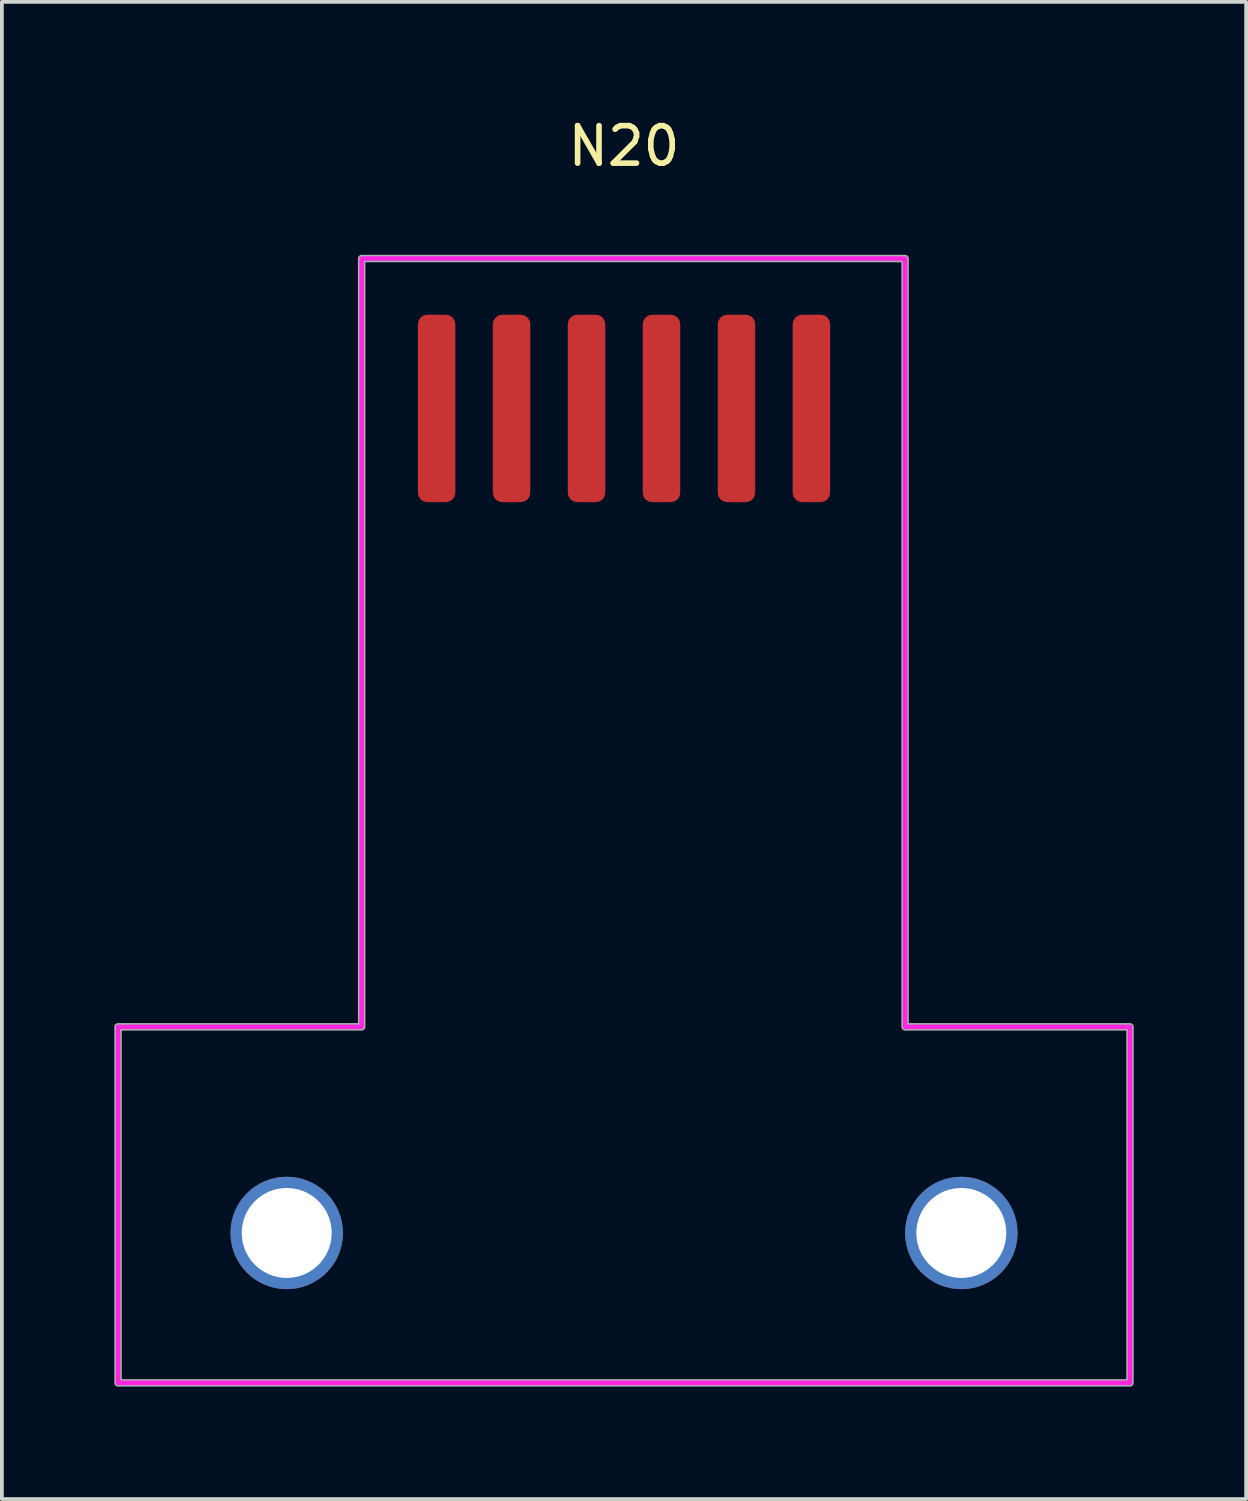
<source format=kicad_pcb>
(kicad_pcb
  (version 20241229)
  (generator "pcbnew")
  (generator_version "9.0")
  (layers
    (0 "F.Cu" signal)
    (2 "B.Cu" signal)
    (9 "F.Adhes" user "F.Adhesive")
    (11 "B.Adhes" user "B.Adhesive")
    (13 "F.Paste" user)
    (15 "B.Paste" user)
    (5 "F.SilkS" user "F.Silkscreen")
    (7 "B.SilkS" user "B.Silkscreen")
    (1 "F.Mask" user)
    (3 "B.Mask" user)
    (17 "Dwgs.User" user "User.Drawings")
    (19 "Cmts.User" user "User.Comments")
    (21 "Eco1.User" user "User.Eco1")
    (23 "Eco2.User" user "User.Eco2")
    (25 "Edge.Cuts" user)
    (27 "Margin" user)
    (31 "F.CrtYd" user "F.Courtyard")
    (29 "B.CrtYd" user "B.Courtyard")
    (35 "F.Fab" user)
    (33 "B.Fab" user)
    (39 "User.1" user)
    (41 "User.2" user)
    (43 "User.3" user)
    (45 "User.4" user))
  (footprint "N20"
    (layer "F.Cu")
    (at 13.6 8.848)
    (property "Reference" "N20" (at 0 -8 0) (unlocked yes) (layer "F.SilkS") (effects (font (size 1 1) (thickness 0.15))))
    (attr smd)
    (fp_poly (pts (xy -13.5 25) (xy 13.5 25) (xy 13.5 15.5) (xy 7.5 15.5) (xy 7.5 -5) (xy -7 -5) (xy -7 15.5) (xy -13.5 15.5)) (stroke (width 0.12) (type solid)) (fill no) (layer "F.CrtYd"))
    (fp_poly (pts (xy -7 -5) (xy 7.5 -5) (xy 7.5 15.5) (xy 13.5 15.5) (xy 13.5 25) (xy -13.5 25) (xy -13.5 15.5) (xy -7 15.5)) (stroke (width 0.2) (type solid)) (fill no) (layer "F.Fab"))
    (pad "" thru_hole circle (at -9 21) (size 3 3) (drill 2.4) (layers "*.Cu" "*.Mask"))
    (pad "" thru_hole circle (at 9 21) (size 3 3) (drill 2.4) (layers "*.Cu" "*.Mask"))
    (pad "1" smd roundrect (at 5 -1) (size 1 5) (layers "F.Cu" "F.Mask" "F.Paste") (roundrect_rratio 0.25))
    (pad "2" smd roundrect (at 3 -1) (size 1 5) (layers "F.Cu" "F.Mask" "F.Paste") (roundrect_rratio 0.25))
    (pad "3" smd roundrect (at 1 -1) (size 1 5) (layers "F.Cu" "F.Mask" "F.Paste") (roundrect_rratio 0.25))
    (pad "4" smd roundrect (at -1 -1) (size 1 5) (layers "F.Cu" "F.Mask" "F.Paste") (roundrect_rratio 0.25))
    (pad "5" smd roundrect (at -3 -1) (size 1 5) (layers "F.Cu" "F.Mask" "F.Paste") (roundrect_rratio 0.25))
    (pad "6" smd roundrect (at -5 -1) (size 1 5) (layers "F.Cu" "F.Mask" "F.Paste") (roundrect_rratio 0.25)))
  (gr_rect
    (start -3 -3)
    (end 30.2 36.948)
    (stroke (width 0.1) (type default))
    (fill no)
    (layer "Edge.Cuts")))
</source>
